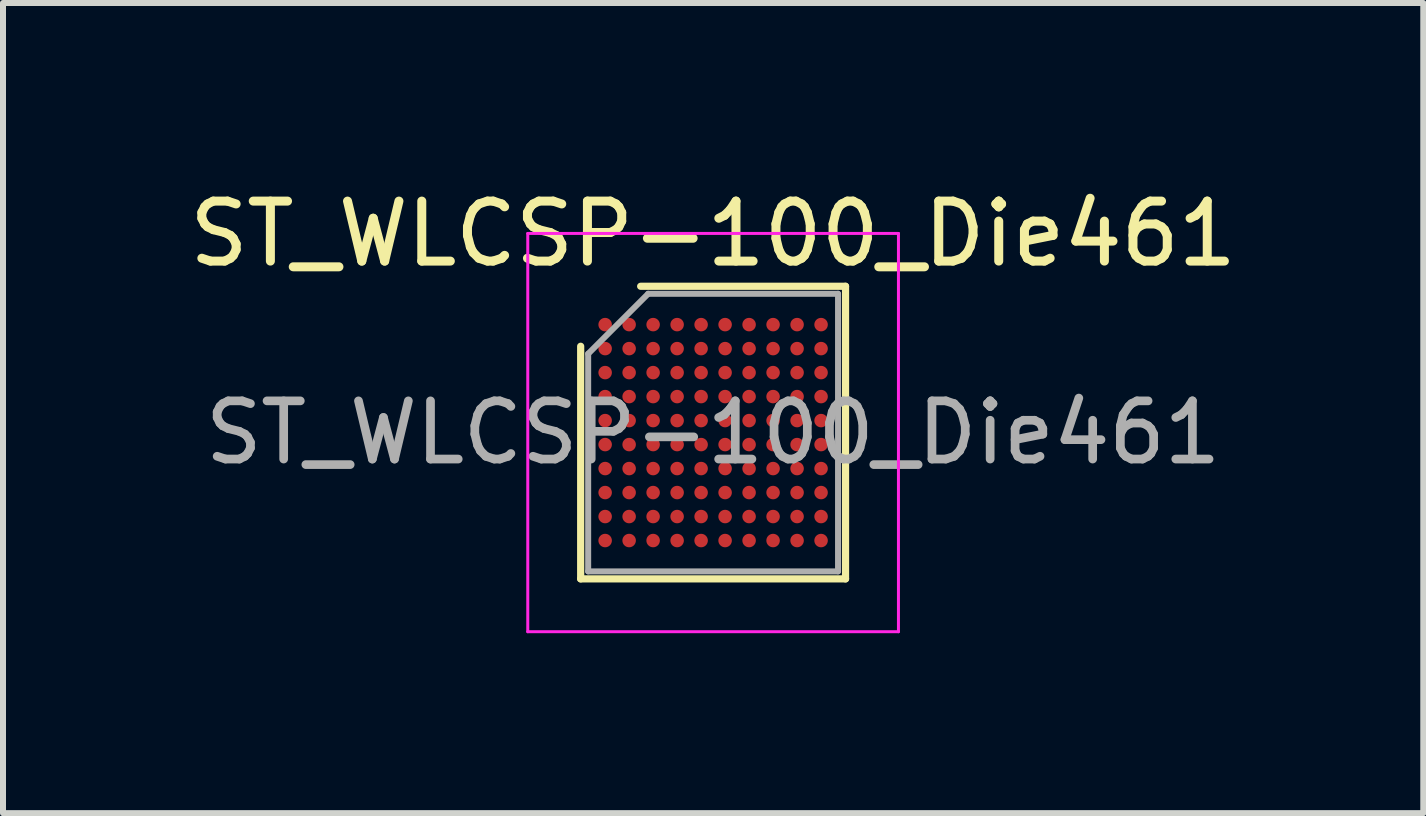
<source format=kicad_pcb>
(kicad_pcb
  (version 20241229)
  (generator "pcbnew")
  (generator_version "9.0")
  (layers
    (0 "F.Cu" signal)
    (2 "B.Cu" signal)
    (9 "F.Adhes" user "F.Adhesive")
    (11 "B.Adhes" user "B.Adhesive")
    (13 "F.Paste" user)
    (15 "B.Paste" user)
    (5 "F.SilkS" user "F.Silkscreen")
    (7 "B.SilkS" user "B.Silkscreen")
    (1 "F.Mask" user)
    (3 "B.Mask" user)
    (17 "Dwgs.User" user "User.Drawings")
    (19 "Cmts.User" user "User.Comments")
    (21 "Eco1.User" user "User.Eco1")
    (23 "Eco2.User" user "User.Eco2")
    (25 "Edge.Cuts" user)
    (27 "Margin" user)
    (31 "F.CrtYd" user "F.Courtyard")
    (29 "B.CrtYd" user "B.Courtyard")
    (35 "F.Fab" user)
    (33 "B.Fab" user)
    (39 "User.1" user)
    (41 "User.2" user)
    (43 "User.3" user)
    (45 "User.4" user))
  (footprint "ST_WLCSP-100_Die461"
    (layer "F.Cu")
    (at 8.839 4.162)
    (property "Reference" "ST_WLCSP-100_Die461" (at 0 -3.314 0) (layer "F.SilkS") (effects (font (size 1 1) (thickness 0.15))))
    (attr smd)
    (fp_line (start -2.208 2.439) (end -2.208 -1.439) (stroke (width 0.12) (type solid)) (layer "F.SilkS"))
    (fp_line (start -1.208 -2.439) (end 2.208 -2.439) (stroke (width 0.12) (type solid)) (layer "F.SilkS"))
    (fp_line (start 2.208 -2.439) (end 2.208 2.439) (stroke (width 0.12) (type solid)) (layer "F.SilkS"))
    (fp_line (start 2.208 2.439) (end -2.208 2.439) (stroke (width 0.12) (type solid)) (layer "F.SilkS"))
    (fp_line (start -3.09 -3.32) (end -3.09 3.32) (stroke (width 0.05) (type solid)) (layer "F.CrtYd"))
    (fp_line (start -3.09 3.32) (end 3.09 3.32) (stroke (width 0.05) (type solid)) (layer "F.CrtYd"))
    (fp_line (start 3.09 -3.32) (end -3.09 -3.32) (stroke (width 0.05) (type solid)) (layer "F.CrtYd"))
    (fp_line (start 3.09 3.32) (end 3.09 -3.32) (stroke (width 0.05) (type solid)) (layer "F.CrtYd"))
    (fp_line (start -2.083 -1.314) (end -1.083 -2.314) (stroke (width 0.1) (type solid)) (layer "F.Fab"))
    (fp_line (start -2.083 2.314) (end -2.083 -1.314) (stroke (width 0.1) (type solid)) (layer "F.Fab"))
    (fp_line (start -1.083 -2.314) (end 2.083 -2.314) (stroke (width 0.1) (type solid)) (layer "F.Fab"))
    (fp_line (start 2.083 -2.314) (end 2.083 2.314) (stroke (width 0.1) (type solid)) (layer "F.Fab"))
    (fp_line (start 2.083 2.314) (end -2.083 2.314) (stroke (width 0.1) (type solid)) (layer "F.Fab"))
    (fp_text user "${REFERENCE}" (at 0 0 0) (layer "F.Fab") (effects (font (size 0.97 0.97) (thickness 0.145))))
    (pad "A1" smd circle (at -1.8 -1.8) (size 0.225 0.225) (layers "F.Cu" "F.Mask" "F.Paste"))
    (pad "A2" smd circle (at -1.4 -1.8) (size 0.225 0.225) (layers "F.Cu" "F.Mask" "F.Paste"))
    (pad "A3" smd circle (at -1 -1.8) (size 0.225 0.225) (layers "F.Cu" "F.Mask" "F.Paste"))
    (pad "A4" smd circle (at -0.6 -1.8) (size 0.225 0.225) (layers "F.Cu" "F.Mask" "F.Paste"))
    (pad "A5" smd circle (at -0.2 -1.8) (size 0.225 0.225) (layers "F.Cu" "F.Mask" "F.Paste"))
    (pad "A6" smd circle (at 0.2 -1.8) (size 0.225 0.225) (layers "F.Cu" "F.Mask" "F.Paste"))
    (pad "A7" smd circle (at 0.6 -1.8) (size 0.225 0.225) (layers "F.Cu" "F.Mask" "F.Paste"))
    (pad "A8" smd circle (at 1 -1.8) (size 0.225 0.225) (layers "F.Cu" "F.Mask" "F.Paste"))
    (pad "A9" smd circle (at 1.4 -1.8) (size 0.225 0.225) (layers "F.Cu" "F.Mask" "F.Paste"))
    (pad "A10" smd circle (at 1.8 -1.8) (size 0.225 0.225) (layers "F.Cu" "F.Mask" "F.Paste"))
    (pad "B1" smd circle (at -1.8 -1.4) (size 0.225 0.225) (layers "F.Cu" "F.Mask" "F.Paste"))
    (pad "B2" smd circle (at -1.4 -1.4) (size 0.225 0.225) (layers "F.Cu" "F.Mask" "F.Paste"))
    (pad "B3" smd circle (at -1 -1.4) (size 0.225 0.225) (layers "F.Cu" "F.Mask" "F.Paste"))
    (pad "B4" smd circle (at -0.6 -1.4) (size 0.225 0.225) (layers "F.Cu" "F.Mask" "F.Paste"))
    (pad "B5" smd circle (at -0.2 -1.4) (size 0.225 0.225) (layers "F.Cu" "F.Mask" "F.Paste"))
    (pad "B6" smd circle (at 0.2 -1.4) (size 0.225 0.225) (layers "F.Cu" "F.Mask" "F.Paste"))
    (pad "B7" smd circle (at 0.6 -1.4) (size 0.225 0.225) (layers "F.Cu" "F.Mask" "F.Paste"))
    (pad "B8" smd circle (at 1 -1.4) (size 0.225 0.225) (layers "F.Cu" "F.Mask" "F.Paste"))
    (pad "B9" smd circle (at 1.4 -1.4) (size 0.225 0.225) (layers "F.Cu" "F.Mask" "F.Paste"))
    (pad "B10" smd circle (at 1.8 -1.4) (size 0.225 0.225) (layers "F.Cu" "F.Mask" "F.Paste"))
    (pad "C1" smd circle (at -1.8 -1) (size 0.225 0.225) (layers "F.Cu" "F.Mask" "F.Paste"))
    (pad "C2" smd circle (at -1.4 -1) (size 0.225 0.225) (layers "F.Cu" "F.Mask" "F.Paste"))
    (pad "C3" smd circle (at -1 -1) (size 0.225 0.225) (layers "F.Cu" "F.Mask" "F.Paste"))
    (pad "C4" smd circle (at -0.6 -1) (size 0.225 0.225) (layers "F.Cu" "F.Mask" "F.Paste"))
    (pad "C5" smd circle (at -0.2 -1) (size 0.225 0.225) (layers "F.Cu" "F.Mask" "F.Paste"))
    (pad "C6" smd circle (at 0.2 -1) (size 0.225 0.225) (layers "F.Cu" "F.Mask" "F.Paste"))
    (pad "C7" smd circle (at 0.6 -1) (size 0.225 0.225) (layers "F.Cu" "F.Mask" "F.Paste"))
    (pad "C8" smd circle (at 1 -1) (size 0.225 0.225) (layers "F.Cu" "F.Mask" "F.Paste"))
    (pad "C9" smd circle (at 1.4 -1) (size 0.225 0.225) (layers "F.Cu" "F.Mask" "F.Paste"))
    (pad "C10" smd circle (at 1.8 -1) (size 0.225 0.225) (layers "F.Cu" "F.Mask" "F.Paste"))
    (pad "D1" smd circle (at -1.8 -0.6) (size 0.225 0.225) (layers "F.Cu" "F.Mask" "F.Paste"))
    (pad "D2" smd circle (at -1.4 -0.6) (size 0.225 0.225) (layers "F.Cu" "F.Mask" "F.Paste"))
    (pad "D3" smd circle (at -1 -0.6) (size 0.225 0.225) (layers "F.Cu" "F.Mask" "F.Paste"))
    (pad "D4" smd circle (at -0.6 -0.6) (size 0.225 0.225) (layers "F.Cu" "F.Mask" "F.Paste"))
    (pad "D5" smd circle (at -0.2 -0.6) (size 0.225 0.225) (layers "F.Cu" "F.Mask" "F.Paste"))
    (pad "D6" smd circle (at 0.2 -0.6) (size 0.225 0.225) (layers "F.Cu" "F.Mask" "F.Paste"))
    (pad "D7" smd circle (at 0.6 -0.6) (size 0.225 0.225) (layers "F.Cu" "F.Mask" "F.Paste"))
    (pad "D8" smd circle (at 1 -0.6) (size 0.225 0.225) (layers "F.Cu" "F.Mask" "F.Paste"))
    (pad "D9" smd circle (at 1.4 -0.6) (size 0.225 0.225) (layers "F.Cu" "F.Mask" "F.Paste"))
    (pad "D10" smd circle (at 1.8 -0.6) (size 0.225 0.225) (layers "F.Cu" "F.Mask" "F.Paste"))
    (pad "E1" smd circle (at -1.8 -0.2) (size 0.225 0.225) (layers "F.Cu" "F.Mask" "F.Paste"))
    (pad "E2" smd circle (at -1.4 -0.2) (size 0.225 0.225) (layers "F.Cu" "F.Mask" "F.Paste"))
    (pad "E3" smd circle (at -1 -0.2) (size 0.225 0.225) (layers "F.Cu" "F.Mask" "F.Paste"))
    (pad "E4" smd circle (at -0.6 -0.2) (size 0.225 0.225) (layers "F.Cu" "F.Mask" "F.Paste"))
    (pad "E5" smd circle (at -0.2 -0.2) (size 0.225 0.225) (layers "F.Cu" "F.Mask" "F.Paste"))
    (pad "E6" smd circle (at 0.2 -0.2) (size 0.225 0.225) (layers "F.Cu" "F.Mask" "F.Paste"))
    (pad "E7" smd circle (at 0.6 -0.2) (size 0.225 0.225) (layers "F.Cu" "F.Mask" "F.Paste"))
    (pad "E8" smd circle (at 1 -0.2) (size 0.225 0.225) (layers "F.Cu" "F.Mask" "F.Paste"))
    (pad "E9" smd circle (at 1.4 -0.2) (size 0.225 0.225) (layers "F.Cu" "F.Mask" "F.Paste"))
    (pad "E10" smd circle (at 1.8 -0.2) (size 0.225 0.225) (layers "F.Cu" "F.Mask" "F.Paste"))
    (pad "F1" smd circle (at -1.8 0.2) (size 0.225 0.225) (layers "F.Cu" "F.Mask" "F.Paste"))
    (pad "F2" smd circle (at -1.4 0.2) (size 0.225 0.225) (layers "F.Cu" "F.Mask" "F.Paste"))
    (pad "F3" smd circle (at -1 0.2) (size 0.225 0.225) (layers "F.Cu" "F.Mask" "F.Paste"))
    (pad "F4" smd circle (at -0.6 0.2) (size 0.225 0.225) (layers "F.Cu" "F.Mask" "F.Paste"))
    (pad "F5" smd circle (at -0.2 0.2) (size 0.225 0.225) (layers "F.Cu" "F.Mask" "F.Paste"))
    (pad "F6" smd circle (at 0.2 0.2) (size 0.225 0.225) (layers "F.Cu" "F.Mask" "F.Paste"))
    (pad "F7" smd circle (at 0.6 0.2) (size 0.225 0.225) (layers "F.Cu" "F.Mask" "F.Paste"))
    (pad "F8" smd circle (at 1 0.2) (size 0.225 0.225) (layers "F.Cu" "F.Mask" "F.Paste"))
    (pad "F9" smd circle (at 1.4 0.2) (size 0.225 0.225) (layers "F.Cu" "F.Mask" "F.Paste"))
    (pad "F10" smd circle (at 1.8 0.2) (size 0.225 0.225) (layers "F.Cu" "F.Mask" "F.Paste"))
    (pad "G1" smd circle (at -1.8 0.6) (size 0.225 0.225) (layers "F.Cu" "F.Mask" "F.Paste"))
    (pad "G2" smd circle (at -1.4 0.6) (size 0.225 0.225) (layers "F.Cu" "F.Mask" "F.Paste"))
    (pad "G3" smd circle (at -1 0.6) (size 0.225 0.225) (layers "F.Cu" "F.Mask" "F.Paste"))
    (pad "G4" smd circle (at -0.6 0.6) (size 0.225 0.225) (layers "F.Cu" "F.Mask" "F.Paste"))
    (pad "G5" smd circle (at -0.2 0.6) (size 0.225 0.225) (layers "F.Cu" "F.Mask" "F.Paste"))
    (pad "G6" smd circle (at 0.2 0.6) (size 0.225 0.225) (layers "F.Cu" "F.Mask" "F.Paste"))
    (pad "G7" smd circle (at 0.6 0.6) (size 0.225 0.225) (layers "F.Cu" "F.Mask" "F.Paste"))
    (pad "G8" smd circle (at 1 0.6) (size 0.225 0.225) (layers "F.Cu" "F.Mask" "F.Paste"))
    (pad "G9" smd circle (at 1.4 0.6) (size 0.225 0.225) (layers "F.Cu" "F.Mask" "F.Paste"))
    (pad "G10" smd circle (at 1.8 0.6) (size 0.225 0.225) (layers "F.Cu" "F.Mask" "F.Paste"))
    (pad "H1" smd circle (at -1.8 1) (size 0.225 0.225) (layers "F.Cu" "F.Mask" "F.Paste"))
    (pad "H2" smd circle (at -1.4 1) (size 0.225 0.225) (layers "F.Cu" "F.Mask" "F.Paste"))
    (pad "H3" smd circle (at -1 1) (size 0.225 0.225) (layers "F.Cu" "F.Mask" "F.Paste"))
    (pad "H4" smd circle (at -0.6 1) (size 0.225 0.225) (layers "F.Cu" "F.Mask" "F.Paste"))
    (pad "H5" smd circle (at -0.2 1) (size 0.225 0.225) (layers "F.Cu" "F.Mask" "F.Paste"))
    (pad "H6" smd circle (at 0.2 1) (size 0.225 0.225) (layers "F.Cu" "F.Mask" "F.Paste"))
    (pad "H7" smd circle (at 0.6 1) (size 0.225 0.225) (layers "F.Cu" "F.Mask" "F.Paste"))
    (pad "H8" smd circle (at 1 1) (size 0.225 0.225) (layers "F.Cu" "F.Mask" "F.Paste"))
    (pad "H9" smd circle (at 1.4 1) (size 0.225 0.225) (layers "F.Cu" "F.Mask" "F.Paste"))
    (pad "H10" smd circle (at 1.8 1) (size 0.225 0.225) (layers "F.Cu" "F.Mask" "F.Paste"))
    (pad "J1" smd circle (at -1.8 1.4) (size 0.225 0.225) (layers "F.Cu" "F.Mask" "F.Paste"))
    (pad "J2" smd circle (at -1.4 1.4) (size 0.225 0.225) (layers "F.Cu" "F.Mask" "F.Paste"))
    (pad "J3" smd circle (at -1 1.4) (size 0.225 0.225) (layers "F.Cu" "F.Mask" "F.Paste"))
    (pad "J4" smd circle (at -0.6 1.4) (size 0.225 0.225) (layers "F.Cu" "F.Mask" "F.Paste"))
    (pad "J5" smd circle (at -0.2 1.4) (size 0.225 0.225) (layers "F.Cu" "F.Mask" "F.Paste"))
    (pad "J6" smd circle (at 0.2 1.4) (size 0.225 0.225) (layers "F.Cu" "F.Mask" "F.Paste"))
    (pad "J7" smd circle (at 0.6 1.4) (size 0.225 0.225) (layers "F.Cu" "F.Mask" "F.Paste"))
    (pad "J8" smd circle (at 1 1.4) (size 0.225 0.225) (layers "F.Cu" "F.Mask" "F.Paste"))
    (pad "J9" smd circle (at 1.4 1.4) (size 0.225 0.225) (layers "F.Cu" "F.Mask" "F.Paste"))
    (pad "J10" smd circle (at 1.8 1.4) (size 0.225 0.225) (layers "F.Cu" "F.Mask" "F.Paste"))
    (pad "K1" smd circle (at -1.8 1.8) (size 0.225 0.225) (layers "F.Cu" "F.Mask" "F.Paste"))
    (pad "K2" smd circle (at -1.4 1.8) (size 0.225 0.225) (layers "F.Cu" "F.Mask" "F.Paste"))
    (pad "K3" smd circle (at -1 1.8) (size 0.225 0.225) (layers "F.Cu" "F.Mask" "F.Paste"))
    (pad "K4" smd circle (at -0.6 1.8) (size 0.225 0.225) (layers "F.Cu" "F.Mask" "F.Paste"))
    (pad "K5" smd circle (at -0.2 1.8) (size 0.225 0.225) (layers "F.Cu" "F.Mask" "F.Paste"))
    (pad "K6" smd circle (at 0.2 1.8) (size 0.225 0.225) (layers "F.Cu" "F.Mask" "F.Paste"))
    (pad "K7" smd circle (at 0.6 1.8) (size 0.225 0.225) (layers "F.Cu" "F.Mask" "F.Paste"))
    (pad "K8" smd circle (at 1 1.8) (size 0.225 0.225) (layers "F.Cu" "F.Mask" "F.Paste"))
    (pad "K9" smd circle (at 1.4 1.8) (size 0.225 0.225) (layers "F.Cu" "F.Mask" "F.Paste"))
    (pad "K10" smd circle (at 1.8 1.8) (size 0.225 0.225) (layers "F.Cu" "F.Mask" "F.Paste")))
  (gr_rect
    (start -3 -3)
    (end 20.679 10.507)
    (stroke (width 0.1) (type default))
    (fill no)
    (layer "Edge.Cuts")))
</source>
